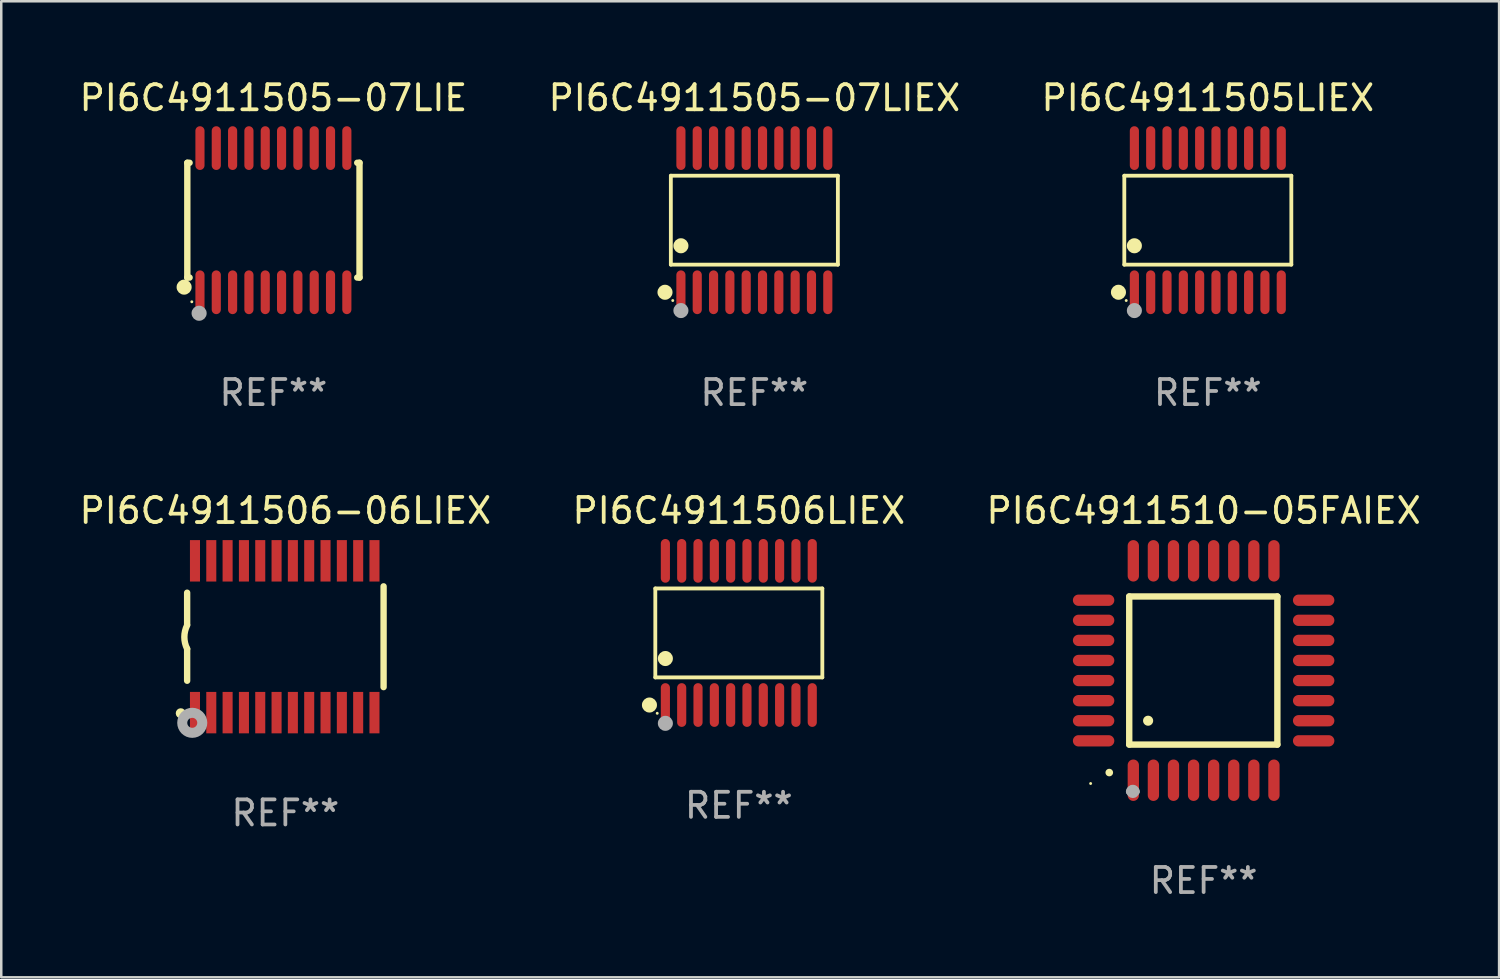
<source format=kicad_pcb>
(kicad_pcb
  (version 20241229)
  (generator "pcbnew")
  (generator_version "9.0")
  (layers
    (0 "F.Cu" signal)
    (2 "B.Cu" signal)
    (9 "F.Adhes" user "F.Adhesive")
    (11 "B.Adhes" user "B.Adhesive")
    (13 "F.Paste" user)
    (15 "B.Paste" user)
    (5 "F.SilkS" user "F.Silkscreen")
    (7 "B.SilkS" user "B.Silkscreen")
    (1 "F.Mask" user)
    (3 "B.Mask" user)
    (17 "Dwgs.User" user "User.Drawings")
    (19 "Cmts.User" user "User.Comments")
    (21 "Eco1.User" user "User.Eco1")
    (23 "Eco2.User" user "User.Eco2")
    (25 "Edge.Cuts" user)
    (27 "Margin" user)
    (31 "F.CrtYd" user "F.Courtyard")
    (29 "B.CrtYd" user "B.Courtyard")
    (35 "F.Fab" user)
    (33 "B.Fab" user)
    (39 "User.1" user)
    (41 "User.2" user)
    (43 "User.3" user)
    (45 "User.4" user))
  (footprint "PI6C4911510-05FAIEX"
    (layer "F.Cu")
    (at 44.887 23.655)
    (property "Reference" "PI6C4911510-05FAIEX" (at 0 -6.369 0) (layer "F.SilkS") (effects (font (size 1 1) (thickness 0.15))))
    (attr through_hole)
    (fp_line (start -2.963 -2.95) (end -2.963 2.95) (stroke (width 0.254) (type solid)) (layer "F.SilkS"))
    (fp_line (start -2.963 2.95) (end 2.937 2.95) (stroke (width 0.254) (type solid)) (layer "F.SilkS"))
    (fp_line (start 2.937 -2.95) (end -2.963 -2.95) (stroke (width 0.254) (type solid)) (layer "F.SilkS"))
    (fp_line (start 2.937 2.95) (end 2.937 -2.95) (stroke (width 0.254) (type solid)) (layer "F.SilkS"))
    (fp_arc (start -3.759208 4.064008) (mid -3.757938 4.064003) (end -3.756668 4.064008) (stroke (width 0.3) (type solid)) (layer "F.SilkS"))
    (fp_arc (start -2.212344 1.998984) (mid -2.211074 1.99898) (end -2.209804 1.998984) (stroke (width 0.4) (type solid)) (layer "F.SilkS"))
    (fp_circle (center -4.5 4.5) (end -4.47 4.5) (stroke (width 0.06) (type solid)) (fill no) (layer "F.SilkS"))
    (fp_arc (start -2.967489 4.82601) (mid -2.819406 4.677927) (end -2.671323 4.82601) (stroke (width 0.254001) (type solid)) (layer "F.Fab"))
    (fp_arc (start -2.967488 4.82601) (mid -2.819406 4.791053) (end -2.671324 4.82601) (stroke (width 0.254001) (type solid)) (layer "F.Fab"))
    (fp_circle (center -2.819 4.826) (end -2.692 4.826) (stroke (width 0.254) (type solid)) (fill no) (layer "F.Fab"))
    (fp_text user "REF**" (at 0 8.369 0) (layer "F.Fab") (effects (font (size 1 1) (thickness 0.15))))
    (pad "1" smd oval (at -2.8 4.369) (size 0.45 1.65) (layers "F.Cu" "F.Mask" "F.Paste"))
    (pad "2" smd oval (at -2 4.369) (size 0.45 1.65) (layers "F.Cu" "F.Mask" "F.Paste"))
    (pad "3" smd oval (at -1.2 4.369) (size 0.45 1.65) (layers "F.Cu" "F.Mask" "F.Paste"))
    (pad "4" smd oval (at -0.4 4.369) (size 0.45 1.65) (layers "F.Cu" "F.Mask" "F.Paste"))
    (pad "5" smd oval (at 0.4 4.369) (size 0.45 1.65) (layers "F.Cu" "F.Mask" "F.Paste"))
    (pad "6" smd oval (at 1.2 4.369) (size 0.45 1.65) (layers "F.Cu" "F.Mask" "F.Paste"))
    (pad "7" smd oval (at 2 4.369) (size 0.45 1.65) (layers "F.Cu" "F.Mask" "F.Paste"))
    (pad "8" smd oval (at 2.8 4.369) (size 0.45 1.65) (layers "F.Cu" "F.Mask" "F.Paste"))
    (pad "9" smd oval (at 4.382 2.8) (size 1.65 0.45) (layers "F.Cu" "F.Mask" "F.Paste"))
    (pad "10" smd oval (at 4.382 2) (size 1.65 0.45) (layers "F.Cu" "F.Mask" "F.Paste"))
    (pad "11" smd oval (at 4.382 1.2) (size 1.65 0.45) (layers "F.Cu" "F.Mask" "F.Paste"))
    (pad "12" smd oval (at 4.382 0.4) (size 1.65 0.45) (layers "F.Cu" "F.Mask" "F.Paste"))
    (pad "13" smd oval (at 4.382 -0.4) (size 1.65 0.45) (layers "F.Cu" "F.Mask" "F.Paste"))
    (pad "14" smd oval (at 4.382 -1.2) (size 1.65 0.45) (layers "F.Cu" "F.Mask" "F.Paste"))
    (pad "15" smd oval (at 4.382 -2) (size 1.65 0.45) (layers "F.Cu" "F.Mask" "F.Paste"))
    (pad "16" smd oval (at 4.382 -2.8) (size 1.65 0.45) (layers "F.Cu" "F.Mask" "F.Paste"))
    (pad "17" smd oval (at 2.8 -4.369) (size 0.45 1.65) (layers "F.Cu" "F.Mask" "F.Paste"))
    (pad "18" smd oval (at 2 -4.369) (size 0.45 1.65) (layers "F.Cu" "F.Mask" "F.Paste"))
    (pad "19" smd oval (at 1.2 -4.369) (size 0.45 1.65) (layers "F.Cu" "F.Mask" "F.Paste"))
    (pad "20" smd oval (at 0.4 -4.369) (size 0.45 1.65) (layers "F.Cu" "F.Mask" "F.Paste"))
    (pad "21" smd oval (at -0.4 -4.369) (size 0.45 1.65) (layers "F.Cu" "F.Mask" "F.Paste"))
    (pad "22" smd oval (at -1.2 -4.369) (size 0.45 1.65) (layers "F.Cu" "F.Mask" "F.Paste"))
    (pad "23" smd oval (at -2 -4.369) (size 0.45 1.65) (layers "F.Cu" "F.Mask" "F.Paste"))
    (pad "24" smd oval (at -2.8 -4.369) (size 0.45 1.65) (layers "F.Cu" "F.Mask" "F.Paste"))
    (pad "25" smd oval (at -4.382 -2.8) (size 1.65 0.45) (layers "F.Cu" "F.Mask" "F.Paste"))
    (pad "26" smd oval (at -4.382 -2) (size 1.65 0.45) (layers "F.Cu" "F.Mask" "F.Paste"))
    (pad "27" smd oval (at -4.382 -1.2) (size 1.65 0.45) (layers "F.Cu" "F.Mask" "F.Paste"))
    (pad "28" smd oval (at -4.382 -0.4) (size 1.65 0.45) (layers "F.Cu" "F.Mask" "F.Paste"))
    (pad "29" smd oval (at -4.382 0.4) (size 1.65 0.45) (layers "F.Cu" "F.Mask" "F.Paste"))
    (pad "30" smd oval (at -4.382 1.2) (size 1.65 0.45) (layers "F.Cu" "F.Mask" "F.Paste"))
    (pad "31" smd oval (at -4.382 2) (size 1.65 0.45) (layers "F.Cu" "F.Mask" "F.Paste"))
    (pad "32" smd oval (at -4.382 2.8) (size 1.65 0.45) (layers "F.Cu" "F.Mask" "F.Paste")))
  (footprint "PI6C4911505-07LIE"
    (layer "F.Cu")
    (at 7.839 5.719)
    (property "Reference" "PI6C4911505-07LIE" (at 0 -4.871 0) (layer "F.SilkS") (effects (font (size 1 1) (thickness 0.15))))
    (attr through_hole)
    (fp_line (start -3.429 -2.286) (end -3.429 2.286) (stroke (width 0.254) (type solid)) (layer "F.SilkS"))
    (fp_line (start -3.429 2.286) (end -3.338 2.286) (stroke (width 0.254) (type solid)) (layer "F.SilkS"))
    (fp_line (start -3.338 -2.286) (end -3.429 -2.286) (stroke (width 0.254) (type solid)) (layer "F.SilkS"))
    (fp_line (start 3.338 -2.286) (end 3.429 -2.286) (stroke (width 0.254) (type solid)) (layer "F.SilkS"))
    (fp_line (start 3.429 -2.286) (end 3.429 2.286) (stroke (width 0.254) (type solid)) (layer "F.SilkS"))
    (fp_line (start 3.429 2.286) (end 3.338 2.286) (stroke (width 0.254) (type solid)) (layer "F.SilkS"))
    (fp_circle (center -3.556 2.667) (end -3.406 2.667) (stroke (width 0.3) (type solid)) (fill no) (layer "F.SilkS"))
    (fp_circle (center -3.25 3.25) (end -3.22 3.25) (stroke (width 0.06) (type solid)) (fill no) (layer "F.SilkS"))
    (fp_circle (center -2.959 3.707) (end -2.808 3.707) (stroke (width 0.3) (type solid)) (fill no) (layer "F.Fab"))
    (fp_text user "REF**" (at 0 6.871 0) (layer "F.Fab") (effects (font (size 1 1) (thickness 0.15))))
    (pad "1" smd oval (at -2.925 2.871) (size 0.364 1.742) (layers "F.Cu" "F.Mask" "F.Paste"))
    (pad "2" smd oval (at -2.275 2.871) (size 0.364 1.742) (layers "F.Cu" "F.Mask" "F.Paste"))
    (pad "3" smd oval (at -1.625 2.871) (size 0.364 1.742) (layers "F.Cu" "F.Mask" "F.Paste"))
    (pad "4" smd oval (at -0.975 2.871) (size 0.364 1.742) (layers "F.Cu" "F.Mask" "F.Paste"))
    (pad "5" smd oval (at -0.325 2.871) (size 0.364 1.742) (layers "F.Cu" "F.Mask" "F.Paste"))
    (pad "6" smd oval (at 0.325 2.871) (size 0.364 1.742) (layers "F.Cu" "F.Mask" "F.Paste"))
    (pad "7" smd oval (at 0.975 2.871) (size 0.364 1.742) (layers "F.Cu" "F.Mask" "F.Paste"))
    (pad "8" smd oval (at 1.625 2.871) (size 0.364 1.742) (layers "F.Cu" "F.Mask" "F.Paste"))
    (pad "9" smd oval (at 2.275 2.871) (size 0.364 1.742) (layers "F.Cu" "F.Mask" "F.Paste"))
    (pad "10" smd oval (at 2.925 2.871) (size 0.364 1.742) (layers "F.Cu" "F.Mask" "F.Paste"))
    (pad "11" smd oval (at 2.925 -2.871) (size 0.364 1.742) (layers "F.Cu" "F.Mask" "F.Paste"))
    (pad "12" smd oval (at 2.275 -2.871) (size 0.364 1.742) (layers "F.Cu" "F.Mask" "F.Paste"))
    (pad "13" smd oval (at 1.625 -2.871) (size 0.364 1.742) (layers "F.Cu" "F.Mask" "F.Paste"))
    (pad "14" smd oval (at 0.975 -2.871) (size 0.364 1.742) (layers "F.Cu" "F.Mask" "F.Paste"))
    (pad "15" smd oval (at 0.325 -2.871) (size 0.364 1.742) (layers "F.Cu" "F.Mask" "F.Paste"))
    (pad "16" smd oval (at -0.325 -2.871) (size 0.364 1.742) (layers "F.Cu" "F.Mask" "F.Paste"))
    (pad "17" smd oval (at -0.975 -2.871) (size 0.364 1.742) (layers "F.Cu" "F.Mask" "F.Paste"))
    (pad "18" smd oval (at -1.625 -2.871) (size 0.364 1.742) (layers "F.Cu" "F.Mask" "F.Paste"))
    (pad "19" smd oval (at -2.275 -2.871) (size 0.364 1.742) (layers "F.Cu" "F.Mask" "F.Paste"))
    (pad "20" smd oval (at -2.925 -2.871) (size 0.364 1.742) (layers "F.Cu" "F.Mask" "F.Paste")))
  (footprint "PI6C4911506LIEX"
    (layer "F.Cu")
    (at 26.375 22.158)
    (property "Reference" "PI6C4911506LIEX" (at 0 -4.871 0) (layer "F.SilkS") (effects (font (size 1 1) (thickness 0.15))))
    (attr through_hole)
    (fp_line (start -3.326 -1.771) (end 3.326 -1.771) (stroke (width 0.152) (type solid)) (layer "F.SilkS"))
    (fp_line (start -3.326 1.771) (end -3.326 -1.771) (stroke (width 0.152) (type solid)) (layer "F.SilkS"))
    (fp_line (start 3.326 -1.771) (end 3.326 1.771) (stroke (width 0.152) (type solid)) (layer "F.SilkS"))
    (fp_line (start 3.326 1.771) (end -3.326 1.771) (stroke (width 0.152) (type solid)) (layer "F.SilkS"))
    (fp_circle (center -3.559 2.871) (end -3.409 2.871) (stroke (width 0.3) (type solid)) (fill no) (layer "F.SilkS"))
    (fp_circle (center -3.25 3.2) (end -3.22 3.2) (stroke (width 0.06) (type solid)) (fill no) (layer "F.SilkS"))
    (fp_circle (center -2.925 1.019) (end -2.775 1.019) (stroke (width 0.3) (type solid)) (fill no) (layer "F.SilkS"))
    (fp_circle (center -2.925 3.6) (end -2.775 3.6) (stroke (width 0.3) (type solid)) (fill no) (layer "F.Fab"))
    (fp_text user "REF**" (at 0 6.871 0) (layer "F.Fab") (effects (font (size 1 1) (thickness 0.15))))
    (pad "1" smd oval (at -2.925 2.871) (size 0.364 1.742) (layers "F.Cu" "F.Mask" "F.Paste"))
    (pad "2" smd oval (at -2.275 2.871) (size 0.364 1.742) (layers "F.Cu" "F.Mask" "F.Paste"))
    (pad "3" smd oval (at -1.625 2.871) (size 0.364 1.742) (layers "F.Cu" "F.Mask" "F.Paste"))
    (pad "4" smd oval (at -0.975 2.871) (size 0.364 1.742) (layers "F.Cu" "F.Mask" "F.Paste"))
    (pad "5" smd oval (at -0.325 2.871) (size 0.364 1.742) (layers "F.Cu" "F.Mask" "F.Paste"))
    (pad "6" smd oval (at 0.325 2.871) (size 0.364 1.742) (layers "F.Cu" "F.Mask" "F.Paste"))
    (pad "7" smd oval (at 0.975 2.871) (size 0.364 1.742) (layers "F.Cu" "F.Mask" "F.Paste"))
    (pad "8" smd oval (at 1.625 2.871) (size 0.364 1.742) (layers "F.Cu" "F.Mask" "F.Paste"))
    (pad "9" smd oval (at 2.275 2.871) (size 0.364 1.742) (layers "F.Cu" "F.Mask" "F.Paste"))
    (pad "10" smd oval (at 2.925 2.871) (size 0.364 1.742) (layers "F.Cu" "F.Mask" "F.Paste"))
    (pad "11" smd oval (at 2.925 -2.871) (size 0.364 1.742) (layers "F.Cu" "F.Mask" "F.Paste"))
    (pad "12" smd oval (at 2.275 -2.871) (size 0.364 1.742) (layers "F.Cu" "F.Mask" "F.Paste"))
    (pad "13" smd oval (at 1.625 -2.871) (size 0.364 1.742) (layers "F.Cu" "F.Mask" "F.Paste"))
    (pad "14" smd oval (at 0.975 -2.871) (size 0.364 1.742) (layers "F.Cu" "F.Mask" "F.Paste"))
    (pad "15" smd oval (at 0.325 -2.871) (size 0.364 1.742) (layers "F.Cu" "F.Mask" "F.Paste"))
    (pad "16" smd oval (at -0.325 -2.871) (size 0.364 1.742) (layers "F.Cu" "F.Mask" "F.Paste"))
    (pad "17" smd oval (at -0.975 -2.871) (size 0.364 1.742) (layers "F.Cu" "F.Mask" "F.Paste"))
    (pad "18" smd oval (at -1.625 -2.871) (size 0.364 1.742) (layers "F.Cu" "F.Mask" "F.Paste"))
    (pad "19" smd oval (at -2.275 -2.871) (size 0.364 1.742) (layers "F.Cu" "F.Mask" "F.Paste"))
    (pad "20" smd oval (at -2.925 -2.871) (size 0.364 1.742) (layers "F.Cu" "F.Mask" "F.Paste")))
  (footprint "PI6C4911505LIEX"
    (layer "F.Cu")
    (at 45.054 5.719)
    (property "Reference" "PI6C4911505LIEX" (at 0 -4.871 0) (layer "F.SilkS") (effects (font (size 1 1) (thickness 0.15))))
    (attr through_hole)
    (fp_line (start -3.326 -1.771) (end 3.326 -1.771) (stroke (width 0.152) (type solid)) (layer "F.SilkS"))
    (fp_line (start -3.326 1.771) (end -3.326 -1.771) (stroke (width 0.152) (type solid)) (layer "F.SilkS"))
    (fp_line (start 3.326 -1.771) (end 3.326 1.771) (stroke (width 0.152) (type solid)) (layer "F.SilkS"))
    (fp_line (start 3.326 1.771) (end -3.326 1.771) (stroke (width 0.152) (type solid)) (layer "F.SilkS"))
    (fp_circle (center -3.559 2.871) (end -3.409 2.871) (stroke (width 0.3) (type solid)) (fill no) (layer "F.SilkS"))
    (fp_circle (center -3.25 3.2) (end -3.22 3.2) (stroke (width 0.06) (type solid)) (fill no) (layer "F.SilkS"))
    (fp_circle (center -2.925 1.019) (end -2.775 1.019) (stroke (width 0.3) (type solid)) (fill no) (layer "F.SilkS"))
    (fp_circle (center -2.925 3.6) (end -2.775 3.6) (stroke (width 0.3) (type solid)) (fill no) (layer "F.Fab"))
    (fp_text user "REF**" (at 0 6.871 0) (layer "F.Fab") (effects (font (size 1 1) (thickness 0.15))))
    (pad "1" smd oval (at -2.925 2.871) (size 0.364 1.742) (layers "F.Cu" "F.Mask" "F.Paste"))
    (pad "2" smd oval (at -2.275 2.871) (size 0.364 1.742) (layers "F.Cu" "F.Mask" "F.Paste"))
    (pad "3" smd oval (at -1.625 2.871) (size 0.364 1.742) (layers "F.Cu" "F.Mask" "F.Paste"))
    (pad "4" smd oval (at -0.975 2.871) (size 0.364 1.742) (layers "F.Cu" "F.Mask" "F.Paste"))
    (pad "5" smd oval (at -0.325 2.871) (size 0.364 1.742) (layers "F.Cu" "F.Mask" "F.Paste"))
    (pad "6" smd oval (at 0.325 2.871) (size 0.364 1.742) (layers "F.Cu" "F.Mask" "F.Paste"))
    (pad "7" smd oval (at 0.975 2.871) (size 0.364 1.742) (layers "F.Cu" "F.Mask" "F.Paste"))
    (pad "8" smd oval (at 1.625 2.871) (size 0.364 1.742) (layers "F.Cu" "F.Mask" "F.Paste"))
    (pad "9" smd oval (at 2.275 2.871) (size 0.364 1.742) (layers "F.Cu" "F.Mask" "F.Paste"))
    (pad "10" smd oval (at 2.925 2.871) (size 0.364 1.742) (layers "F.Cu" "F.Mask" "F.Paste"))
    (pad "11" smd oval (at 2.925 -2.871) (size 0.364 1.742) (layers "F.Cu" "F.Mask" "F.Paste"))
    (pad "12" smd oval (at 2.275 -2.871) (size 0.364 1.742) (layers "F.Cu" "F.Mask" "F.Paste"))
    (pad "13" smd oval (at 1.625 -2.871) (size 0.364 1.742) (layers "F.Cu" "F.Mask" "F.Paste"))
    (pad "14" smd oval (at 0.975 -2.871) (size 0.364 1.742) (layers "F.Cu" "F.Mask" "F.Paste"))
    (pad "15" smd oval (at 0.325 -2.871) (size 0.364 1.742) (layers "F.Cu" "F.Mask" "F.Paste"))
    (pad "16" smd oval (at -0.325 -2.871) (size 0.364 1.742) (layers "F.Cu" "F.Mask" "F.Paste"))
    (pad "17" smd oval (at -0.975 -2.871) (size 0.364 1.742) (layers "F.Cu" "F.Mask" "F.Paste"))
    (pad "18" smd oval (at -1.625 -2.871) (size 0.364 1.742) (layers "F.Cu" "F.Mask" "F.Paste"))
    (pad "19" smd oval (at -2.275 -2.871) (size 0.364 1.742) (layers "F.Cu" "F.Mask" "F.Paste"))
    (pad "20" smd oval (at -2.925 -2.871) (size 0.364 1.742) (layers "F.Cu" "F.Mask" "F.Paste")))
  (footprint "PI6C4911506-06LIEX"
    (layer "F.Cu")
    (at 8.315 22.309)
    (property "Reference" "PI6C4911506-06LIEX" (at 0 -5.023 0) (layer "F.SilkS") (effects (font (size 1 1) (thickness 0.15))))
    (attr through_hole)
    (fp_line (start -3.912 -0.483) (end -3.912 -1.753) (stroke (width 0.254) (type solid)) (layer "F.SilkS"))
    (fp_line (start -3.912 1.753) (end -3.912 0.483) (stroke (width 0.254) (type solid)) (layer "F.SilkS"))
    (fp_line (start 3.912 -2.007) (end 3.912 2.007) (stroke (width 0.254) (type solid)) (layer "F.SilkS"))
    (fp_arc (start -3.911608 0.482601) (mid -4.022537 0.0127) (end -3.911608 -0.457201) (stroke (width 0.254001) (type solid)) (layer "F.SilkS"))
    (fp_circle (center -4.166 3.048) (end -4.066 3.048) (stroke (width 0.2) (type solid)) (fill no) (layer "F.SilkS"))
    (fp_circle (center -3.925 3.186) (end -3.895 3.186) (stroke (width 0.06) (type solid)) (fill no) (layer "F.SilkS"))
    (fp_circle (center -3.708 3.429) (end -3.509 3.429) (stroke (width 0.4) (type solid)) (fill no) (layer "F.Fab"))
    (fp_text user "REF**" (at 0 7.023 0) (layer "F.Fab") (effects (font (size 1 1) (thickness 0.15))))
    (pad "1" smd rect (at -3.6 3.023) (size 0.4 1.65) (layers "F.Cu" "F.Mask" "F.Paste"))
    (pad "2" smd rect (at -2.95 3.023) (size 0.4 1.65) (layers "F.Cu" "F.Mask" "F.Paste"))
    (pad "3" smd rect (at -2.3 3.023) (size 0.4 1.65) (layers "F.Cu" "F.Mask" "F.Paste"))
    (pad "4" smd rect (at -1.65 3.023) (size 0.4 1.65) (layers "F.Cu" "F.Mask" "F.Paste"))
    (pad "5" smd rect (at -1 3.023) (size 0.4 1.65) (layers "F.Cu" "F.Mask" "F.Paste"))
    (pad "6" smd rect (at -0.35 3.023) (size 0.4 1.65) (layers "F.Cu" "F.Mask" "F.Paste"))
    (pad "7" smd rect (at 0.299 3.023) (size 0.4 1.65) (layers "F.Cu" "F.Mask" "F.Paste"))
    (pad "8" smd rect (at 0.95 3.023) (size 0.4 1.65) (layers "F.Cu" "F.Mask" "F.Paste"))
    (pad "9" smd rect (at 1.6 3.023) (size 0.4 1.65) (layers "F.Cu" "F.Mask" "F.Paste"))
    (pad "10" smd rect (at 2.25 3.023) (size 0.4 1.65) (layers "F.Cu" "F.Mask" "F.Paste"))
    (pad "11" smd rect (at 2.9 3.023) (size 0.4 1.65) (layers "F.Cu" "F.Mask" "F.Paste"))
    (pad "12" smd rect (at 3.549 3.023) (size 0.4 1.65) (layers "F.Cu" "F.Mask" "F.Paste"))
    (pad "13" smd rect (at 3.549 -3.023) (size 0.4 1.65) (layers "F.Cu" "F.Mask" "F.Paste"))
    (pad "14" smd rect (at 2.9 -3.023) (size 0.4 1.65) (layers "F.Cu" "F.Mask" "F.Paste"))
    (pad "15" smd rect (at 2.25 -3.023) (size 0.4 1.65) (layers "F.Cu" "F.Mask" "F.Paste"))
    (pad "16" smd rect (at 1.6 -3.023) (size 0.4 1.65) (layers "F.Cu" "F.Mask" "F.Paste"))
    (pad "17" smd rect (at 0.95 -3.023) (size 0.4 1.65) (layers "F.Cu" "F.Mask" "F.Paste"))
    (pad "18" smd rect (at 0.299 -3.023) (size 0.4 1.65) (layers "F.Cu" "F.Mask" "F.Paste"))
    (pad "19" smd rect (at -0.35 -3.023) (size 0.4 1.65) (layers "F.Cu" "F.Mask" "F.Paste"))
    (pad "20" smd rect (at -1 -3.023) (size 0.4 1.65) (layers "F.Cu" "F.Mask" "F.Paste"))
    (pad "21" smd rect (at -1.65 -3.023) (size 0.4 1.65) (layers "F.Cu" "F.Mask" "F.Paste"))
    (pad "22" smd rect (at -2.3 -3.023) (size 0.4 1.65) (layers "F.Cu" "F.Mask" "F.Paste"))
    (pad "23" smd rect (at -2.95 -3.023) (size 0.4 1.65) (layers "F.Cu" "F.Mask" "F.Paste"))
    (pad "24" smd rect (at -3.6 -3.023) (size 0.4 1.65) (layers "F.Cu" "F.Mask" "F.Paste")))
  (footprint "PI6C4911505-07LIEX"
    (layer "F.Cu")
    (at 26.994 5.719)
    (property "Reference" "PI6C4911505-07LIEX" (at 0 -4.871 0) (layer "F.SilkS") (effects (font (size 1 1) (thickness 0.15))))
    (attr through_hole)
    (fp_line (start -3.326 -1.771) (end 3.326 -1.771) (stroke (width 0.152) (type solid)) (layer "F.SilkS"))
    (fp_line (start -3.326 1.771) (end -3.326 -1.771) (stroke (width 0.152) (type solid)) (layer "F.SilkS"))
    (fp_line (start 3.326 -1.771) (end 3.326 1.771) (stroke (width 0.152) (type solid)) (layer "F.SilkS"))
    (fp_line (start 3.326 1.771) (end -3.326 1.771) (stroke (width 0.152) (type solid)) (layer "F.SilkS"))
    (fp_circle (center -3.559 2.871) (end -3.409 2.871) (stroke (width 0.3) (type solid)) (fill no) (layer "F.SilkS"))
    (fp_circle (center -3.25 3.2) (end -3.22 3.2) (stroke (width 0.06) (type solid)) (fill no) (layer "F.SilkS"))
    (fp_circle (center -2.925 1.019) (end -2.775 1.019) (stroke (width 0.3) (type solid)) (fill no) (layer "F.SilkS"))
    (fp_circle (center -2.925 3.6) (end -2.775 3.6) (stroke (width 0.3) (type solid)) (fill no) (layer "F.Fab"))
    (fp_text user "REF**" (at 0 6.871 0) (layer "F.Fab") (effects (font (size 1 1) (thickness 0.15))))
    (pad "1" smd oval (at -2.925 2.871) (size 0.364 1.742) (layers "F.Cu" "F.Mask" "F.Paste"))
    (pad "2" smd oval (at -2.275 2.871) (size 0.364 1.742) (layers "F.Cu" "F.Mask" "F.Paste"))
    (pad "3" smd oval (at -1.625 2.871) (size 0.364 1.742) (layers "F.Cu" "F.Mask" "F.Paste"))
    (pad "4" smd oval (at -0.975 2.871) (size 0.364 1.742) (layers "F.Cu" "F.Mask" "F.Paste"))
    (pad "5" smd oval (at -0.325 2.871) (size 0.364 1.742) (layers "F.Cu" "F.Mask" "F.Paste"))
    (pad "6" smd oval (at 0.325 2.871) (size 0.364 1.742) (layers "F.Cu" "F.Mask" "F.Paste"))
    (pad "7" smd oval (at 0.975 2.871) (size 0.364 1.742) (layers "F.Cu" "F.Mask" "F.Paste"))
    (pad "8" smd oval (at 1.625 2.871) (size 0.364 1.742) (layers "F.Cu" "F.Mask" "F.Paste"))
    (pad "9" smd oval (at 2.275 2.871) (size 0.364 1.742) (layers "F.Cu" "F.Mask" "F.Paste"))
    (pad "10" smd oval (at 2.925 2.871) (size 0.364 1.742) (layers "F.Cu" "F.Mask" "F.Paste"))
    (pad "11" smd oval (at 2.925 -2.871) (size 0.364 1.742) (layers "F.Cu" "F.Mask" "F.Paste"))
    (pad "12" smd oval (at 2.275 -2.871) (size 0.364 1.742) (layers "F.Cu" "F.Mask" "F.Paste"))
    (pad "13" smd oval (at 1.625 -2.871) (size 0.364 1.742) (layers "F.Cu" "F.Mask" "F.Paste"))
    (pad "14" smd oval (at 0.975 -2.871) (size 0.364 1.742) (layers "F.Cu" "F.Mask" "F.Paste"))
    (pad "15" smd oval (at 0.325 -2.871) (size 0.364 1.742) (layers "F.Cu" "F.Mask" "F.Paste"))
    (pad "16" smd oval (at -0.325 -2.871) (size 0.364 1.742) (layers "F.Cu" "F.Mask" "F.Paste"))
    (pad "17" smd oval (at -0.975 -2.871) (size 0.364 1.742) (layers "F.Cu" "F.Mask" "F.Paste"))
    (pad "18" smd oval (at -1.625 -2.871) (size 0.364 1.742) (layers "F.Cu" "F.Mask" "F.Paste"))
    (pad "19" smd oval (at -2.275 -2.871) (size 0.364 1.742) (layers "F.Cu" "F.Mask" "F.Paste"))
    (pad "20" smd oval (at -2.925 -2.871) (size 0.364 1.742) (layers "F.Cu" "F.Mask" "F.Paste")))
  (gr_rect
    (start -3 -3)
    (end 56.655 35.873)
    (stroke (width 0.1) (type default))
    (fill no)
    (layer "Edge.Cuts")))
</source>
